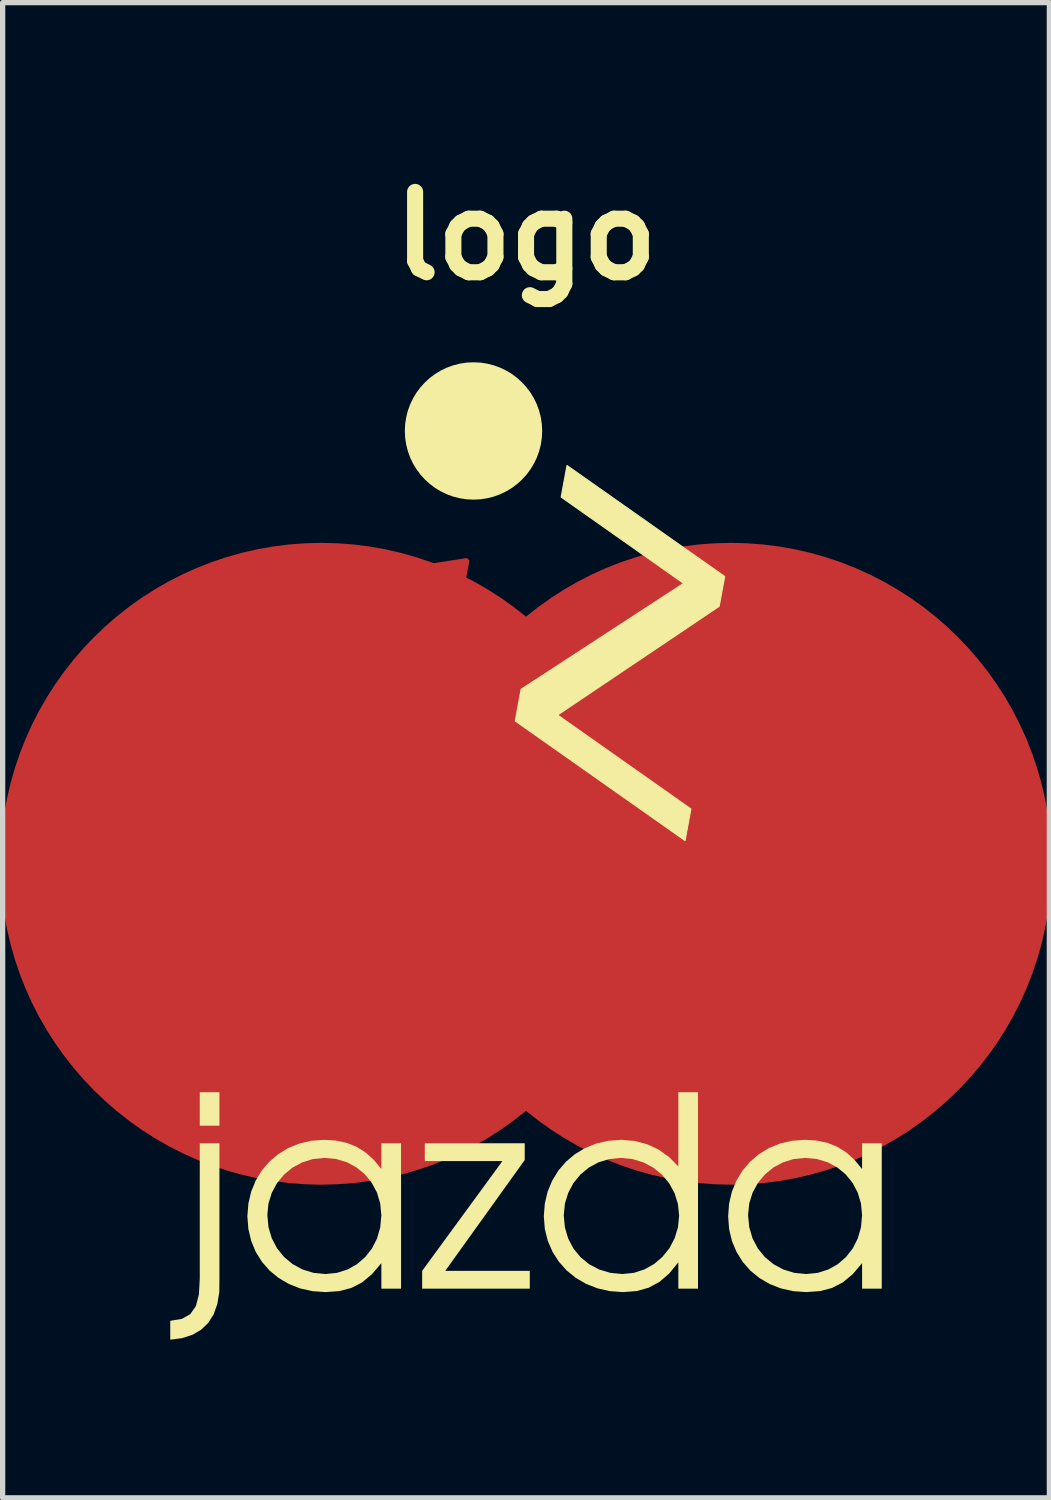
<source format=kicad_pcb>
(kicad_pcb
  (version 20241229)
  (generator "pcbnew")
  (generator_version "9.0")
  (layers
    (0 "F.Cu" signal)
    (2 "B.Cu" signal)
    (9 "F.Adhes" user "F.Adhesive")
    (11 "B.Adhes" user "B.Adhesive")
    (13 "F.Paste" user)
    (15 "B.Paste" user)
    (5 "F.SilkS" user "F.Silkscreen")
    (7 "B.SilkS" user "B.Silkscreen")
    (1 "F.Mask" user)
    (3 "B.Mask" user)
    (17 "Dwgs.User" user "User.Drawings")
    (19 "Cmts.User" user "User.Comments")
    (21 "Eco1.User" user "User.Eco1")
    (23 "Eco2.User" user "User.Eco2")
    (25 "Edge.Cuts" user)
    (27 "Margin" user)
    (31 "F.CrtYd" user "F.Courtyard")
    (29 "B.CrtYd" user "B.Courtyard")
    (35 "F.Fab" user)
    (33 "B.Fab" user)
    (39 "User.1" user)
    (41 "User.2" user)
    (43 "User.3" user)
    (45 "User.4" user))
  (footprint "logo"
    (layer "F.Cu")
    (at 6.93 13.42)
    (property "Reference" "logo" (at 0 -11.994 0) (layer "F.SilkS") (effects (font (size 1.524 1.524) (thickness 0.305))))
    (attr smd)
    (fp_circle (center -3.886 -0.083) (end -3.886 -0.083) (stroke (width 6.088) (type solid)) (fill no) (layer "F.Cu"))
    (fp_circle (center 3.884 -0.083) (end 3.884 -0.083) (stroke (width 6.088) (type solid)) (fill no) (layer "F.Cu"))
    (fp_poly (pts (xy -1.121 -5.884) (xy -2.404 -5.685) (xy -2.441 -5.487) (xy -2.147 -5.447) (xy -1.998 -5.4) (xy -1.942 -5.295) (xy -1.96 -5.09) (xy -2.505 -2.185) (xy -2.562 -1.901) (xy -2.627 -1.626) (xy -2.7 -1.366) (xy -2.783 -1.126) (xy -2.877 -0.913) (xy -2.984 -0.732) (xy -3.115 -0.578) (xy -3.276 -0.448) (xy -3.471 -0.338) (xy -3.707 -0.246) (xy -3.987 -0.168) (xy -4.007 0.022) (xy -3.839 0.014) (xy -3.633 -0.01) (xy -3.406 -0.049) (xy -3.136 -0.121) (xy -2.898 -0.216) (xy -2.689 -0.332) (xy -2.507 -0.47) (xy -2.35 -0.627) (xy -2.216 -0.804) (xy -2.102 -0.999) (xy -2.006 -1.213) (xy -1.925 -1.444) (xy -1.858 -1.691) (xy -1.803 -1.954) (xy -1.074 -5.836) (xy -1.121 -5.884)) (stroke (width 0) (type solid)) (fill yes) (layer "F.Cu"))
    (fp_poly (pts (xy -1.121 -5.884) (xy -2.404 -5.685) (xy -2.441 -5.487) (xy -2.147 -5.447) (xy -1.998 -5.4) (xy -1.942 -5.295) (xy -1.96 -5.09) (xy -2.505 -2.185) (xy -2.562 -1.901) (xy -2.627 -1.626) (xy -2.7 -1.366) (xy -2.783 -1.126) (xy -2.877 -0.913) (xy -2.984 -0.732) (xy -3.115 -0.578) (xy -3.276 -0.448) (xy -3.471 -0.338) (xy -3.707 -0.246) (xy -3.987 -0.168) (xy -4.007 0.022) (xy -3.839 0.014) (xy -3.633 -0.01) (xy -3.406 -0.049) (xy -3.136 -0.121) (xy -2.898 -0.216) (xy -2.689 -0.332) (xy -2.507 -0.47) (xy -2.35 -0.627) (xy -2.216 -0.804) (xy -2.102 -0.999) (xy -2.006 -1.213) (xy -1.925 -1.444) (xy -1.858 -1.691) (xy -1.803 -1.954) (xy -1.074 -5.836) (xy -1.121 -5.884)) (stroke (width 0) (type solid)) (fill yes) (layer "F.Mask"))
    (fp_poly (pts (xy -5.172 -2.842) (xy -5.39 -2.73) (xy -5.596 -2.601) (xy -5.789 -2.458) (xy -5.97 -2.301) (xy -6.137 -2.131) (xy -6.29 -1.949) (xy -6.428 -1.756) (xy -6.551 -1.553) (xy -6.658 -1.34) (xy -6.747 -1.119) (xy -6.82 -0.891) (xy -6.875 -0.657) (xy -6.911 -0.417) (xy -6.928 -0.172) (xy -6.925 0.073) (xy -6.903 0.315) (xy -6.862 0.552) (xy -6.803 0.784) (xy -6.726 1.01) (xy -6.632 1.228) (xy -6.521 1.438) (xy -6.395 1.639) (xy -6.253 1.83) (xy -6.096 2.009) (xy -5.924 2.177) (xy -5.739 2.331) (xy -5.541 2.471) (xy -5.33 2.596) (xy -5.11 2.703) (xy -4.884 2.792) (xy -4.654 2.862) (xy -4.42 2.913) (xy -4.184 2.946) (xy -3.946 2.96) (xy -3.709 2.955) (xy -3.473 2.932) (xy -3.239 2.891) (xy -3.008 2.831) (xy -2.782 2.753) (xy -2.561 2.657) (xy -2.347 2.542) (xy -2.141 2.41) (xy -2.291 2.193) (xy -2.494 2.323) (xy -2.706 2.433) (xy -2.924 2.524) (xy -3.148 2.596) (xy -3.376 2.649) (xy -3.608 2.682) (xy -3.841 2.696) (xy -4.074 2.69) (xy -4.307 2.664) (xy -4.538 2.619) (xy -4.765 2.553) (xy -4.988 2.468) (xy -5.205 2.363) (xy -5.412 2.24) (xy -5.606 2.1) (xy -5.785 1.946) (xy -5.95 1.778) (xy -6.099 1.598) (xy -6.233 1.406) (xy -6.349 1.204) (xy -6.449 0.993) (xy -6.53 0.773) (xy -6.593 0.547) (xy -6.637 0.314) (xy -6.661 0.077) (xy -6.664 -0.164) (xy -6.647 -0.405) (xy -6.609 -0.64) (xy -6.552 -0.87) (xy -6.476 -1.092) (xy -6.382 -1.306) (xy -6.27 -1.512) (xy -6.142 -1.707) (xy -5.998 -1.89) (xy -5.838 -2.061) (xy -5.664 -2.219) (xy -5.476 -2.363) (xy -5.274 -2.491) (xy -5.061 -2.602) (xy -5.172 -2.842)) (stroke (width 0) (type solid)) (fill yes) (layer "F.Mask"))
    (fp_poly (pts (xy 5.17 -2.842) (xy 5.388 -2.73) (xy 5.594 -2.601) (xy 5.788 -2.458) (xy 5.969 -2.301) (xy 6.136 -2.131) (xy 6.289 -1.949) (xy 6.427 -1.756) (xy 6.55 -1.553) (xy 6.657 -1.34) (xy 6.747 -1.119) (xy 6.82 -0.891) (xy 6.875 -0.657) (xy 6.911 -0.417) (xy 6.928 -0.172) (xy 6.925 0.073) (xy 6.903 0.315) (xy 6.862 0.552) (xy 6.802 0.784) (xy 6.725 1.01) (xy 6.631 1.228) (xy 6.52 1.438) (xy 6.393 1.639) (xy 6.251 1.83) (xy 6.094 2.009) (xy 5.923 2.177) (xy 5.737 2.331) (xy 5.539 2.471) (xy 5.328 2.596) (xy 5.108 2.703) (xy 4.882 2.792) (xy 4.652 2.862) (xy 4.418 2.913) (xy 4.182 2.946) (xy 3.944 2.96) (xy 3.707 2.955) (xy 3.471 2.932) (xy 3.237 2.891) (xy 3.006 2.831) (xy 2.78 2.753) (xy 2.559 2.657) (xy 2.345 2.542) (xy 2.139 2.41) (xy 2.289 2.193) (xy 2.492 2.323) (xy 2.704 2.433) (xy 2.922 2.524) (xy 3.146 2.596) (xy 3.374 2.649) (xy 3.606 2.682) (xy 3.839 2.696) (xy 4.072 2.69) (xy 4.305 2.664) (xy 4.536 2.619) (xy 4.763 2.553) (xy 4.986 2.468) (xy 5.203 2.363) (xy 5.41 2.24) (xy 5.604 2.1) (xy 5.783 1.946) (xy 5.948 1.778) (xy 6.097 1.598) (xy 6.231 1.406) (xy 6.347 1.204) (xy 6.447 0.993) (xy 6.528 0.773) (xy 6.591 0.547) (xy 6.635 0.314) (xy 6.659 0.077) (xy 6.662 -0.164) (xy 6.645 -0.405) (xy 6.607 -0.64) (xy 6.55 -0.87) (xy 6.474 -1.092) (xy 6.38 -1.306) (xy 6.268 -1.512) (xy 6.14 -1.707) (xy 5.996 -1.89) (xy 5.836 -2.061) (xy 5.662 -2.219) (xy 5.474 -2.363) (xy 5.272 -2.491) (xy 5.059 -2.602) (xy 5.17 -2.842)) (stroke (width 0) (type solid)) (fill yes) (layer "F.Mask"))
    (fp_circle (center -0.997 -8.294) (end -0.997 -8.294) (stroke (width 1.303) (type solid)) (fill no) (layer "F.SilkS"))
    (fp_poly (pts (xy -1.971 7.978) (xy 0.071 7.978) (xy 0.071 7.64) (xy -1.533 7.64) (xy -0.025 5.537) (xy -0.025 5.219) (xy -1.921 5.219) (xy -1.921 5.557) (xy -0.448 5.557) (xy -1.971 7.64) (xy -1.971 7.978)) (stroke (width 0) (type solid)) (fill yes) (layer "F.SilkS"))
    (fp_poly (pts (xy -0.205 -2.792) (xy 3.017 -0.523) (xy 3.127 -1.123) (xy 0.598 -2.905) (xy 3.664 -4.968) (xy 3.768 -5.533) (xy 0.777 -7.639) (xy 0.666 -7.039) (xy 2.989 -5.403) (xy -0.094 -3.393) (xy -0.205 -2.792)) (stroke (width 0.021) (type solid)) (fill yes) (layer "F.SilkS"))
    (fp_poly (pts (xy -5.817 5.219) (xy -6.19 4.886) (xy -5.817 4.886) (xy -5.817 4.251) (xy -6.19 4.251) (xy -6.19 4.886) (xy -5.817 5.219) (xy -6.19 5.219) (xy -6.19 7.786) (xy -6.206 8.086) (xy -6.264 8.309) (xy -6.37 8.461) (xy -6.53 8.551) (xy -6.75 8.588) (xy -6.75 8.946) (xy -6.523 8.916) (xy -6.327 8.852) (xy -6.162 8.755) (xy -6.028 8.625) (xy -5.926 8.463) (xy -5.857 8.269) (xy -5.82 8.043) (xy -5.817 7.786) (xy -5.817 5.219)) (stroke (width 0) (type solid)) (fill yes) (layer "F.SilkS"))
    (fp_poly (pts (xy 3.262 4.251) (xy 2.817 6.165) (xy 2.881 6.37) (xy 2.904 6.591) (xy 2.882 6.814) (xy 2.819 7.022) (xy 2.72 7.21) (xy 2.588 7.374) (xy 2.429 7.51) (xy 2.246 7.613) (xy 2.045 7.678) (xy 1.83 7.7) (xy 1.599 7.678) (xy 1.388 7.615) (xy 1.198 7.515) (xy 1.034 7.381) (xy 0.9 7.218) (xy 0.8 7.028) (xy 0.737 6.816) (xy 0.715 6.586) (xy 0.737 6.365) (xy 0.8 6.16) (xy 0.899 5.975) (xy 1.03 5.814) (xy 1.189 5.682) (xy 1.373 5.582) (xy 1.576 5.519) (xy 1.794 5.497) (xy 2.019 5.519) (xy 2.227 5.582) (xy 2.416 5.683) (xy 2.58 5.817) (xy 2.715 5.979) (xy 2.817 6.165) (xy 3.262 4.251) (xy 2.889 4.251) (xy 2.889 5.658) (xy 2.713 5.48) (xy 2.514 5.339) (xy 2.295 5.237) (xy 2.058 5.175) (xy 1.805 5.154) (xy 1.56 5.172) (xy 1.33 5.225) (xy 1.118 5.311) (xy 0.926 5.427) (xy 0.757 5.57) (xy 0.613 5.737) (xy 0.496 5.928) (xy 0.409 6.137) (xy 0.356 6.364) (xy 0.337 6.606) (xy 0.356 6.845) (xy 0.412 7.069) (xy 0.501 7.277) (xy 0.621 7.465) (xy 0.769 7.631) (xy 0.943 7.773) (xy 1.139 7.887) (xy 1.356 7.972) (xy 1.591 8.025) (xy 1.84 8.043) (xy 2.1 8.023) (xy 2.328 7.959) (xy 2.531 7.849) (xy 2.716 7.69) (xy 2.889 7.478) (xy 2.889 7.978) (xy 3.262 7.978) (xy 3.262 4.251)) (stroke (width 0) (type solid)) (fill yes) (layer "F.SilkS"))
    (fp_poly (pts (xy -2.372 5.219) (xy -2.926 5.971) (xy -2.828 6.156) (xy -2.767 6.362) (xy -2.745 6.586) (xy -2.766 6.815) (xy -2.827 7.026) (xy -2.923 7.215) (xy -3.052 7.379) (xy -3.208 7.514) (xy -3.388 7.615) (xy -3.588 7.678) (xy -3.804 7.7) (xy -4.031 7.678) (xy -4.24 7.614) (xy -4.428 7.512) (xy -4.591 7.377) (xy -4.724 7.212) (xy -4.824 7.022) (xy -4.887 6.81) (xy -4.908 6.581) (xy -4.887 6.362) (xy -4.823 6.158) (xy -4.724 5.974) (xy -4.591 5.814) (xy -4.431 5.681) (xy -4.247 5.582) (xy -4.043 5.519) (xy -3.824 5.497) (xy -3.603 5.518) (xy -3.398 5.58) (xy -3.215 5.679) (xy -3.056 5.81) (xy -2.926 5.971) (xy -2.372 5.219) (xy -2.745 5.219) (xy -2.745 5.708) (xy -2.889 5.534) (xy -3.044 5.394) (xy -3.214 5.287) (xy -3.401 5.212) (xy -3.607 5.168) (xy -3.834 5.154) (xy -4.076 5.172) (xy -4.303 5.225) (xy -4.513 5.311) (xy -4.703 5.427) (xy -4.871 5.57) (xy -5.014 5.737) (xy -5.129 5.928) (xy -5.215 6.137) (xy -5.268 6.364) (xy -5.287 6.606) (xy -5.268 6.847) (xy -5.214 7.073) (xy -5.128 7.281) (xy -5.01 7.469) (xy -4.865 7.635) (xy -4.694 7.775) (xy -4.5 7.889) (xy -4.286 7.973) (xy -4.053 8.025) (xy -3.804 8.043) (xy -3.542 8.024) (xy -3.314 7.964) (xy -3.111 7.859) (xy -2.925 7.704) (xy -2.745 7.494) (xy -2.745 7.978) (xy -2.372 7.978) (xy -2.372 5.219)) (stroke (width 0) (type solid)) (fill yes) (layer "F.SilkS"))
    (fp_poly (pts (xy 6.748 5.219) (xy 6.195 5.971) (xy 6.292 6.156) (xy 6.354 6.362) (xy 6.375 6.586) (xy 6.354 6.815) (xy 6.293 7.026) (xy 6.197 7.215) (xy 6.069 7.379) (xy 5.913 7.514) (xy 5.733 7.615) (xy 5.532 7.678) (xy 5.316 7.7) (xy 5.089 7.678) (xy 4.88 7.614) (xy 4.692 7.512) (xy 4.529 7.377) (xy 4.396 7.212) (xy 4.296 7.022) (xy 4.234 6.81) (xy 4.212 6.581) (xy 4.234 6.362) (xy 4.297 6.158) (xy 4.397 5.974) (xy 4.529 5.814) (xy 4.689 5.681) (xy 4.873 5.582) (xy 5.077 5.519) (xy 5.296 5.497) (xy 5.517 5.518) (xy 5.722 5.58) (xy 5.906 5.679) (xy 6.064 5.81) (xy 6.195 5.971) (xy 6.748 5.219) (xy 6.375 5.219) (xy 6.375 5.708) (xy 6.231 5.534) (xy 6.076 5.394) (xy 5.906 5.287) (xy 5.72 5.212) (xy 5.514 5.168) (xy 5.286 5.154) (xy 5.044 5.172) (xy 4.817 5.225) (xy 4.607 5.311) (xy 4.417 5.427) (xy 4.25 5.57) (xy 4.107 5.737) (xy 3.991 5.928) (xy 3.905 6.137) (xy 3.852 6.364) (xy 3.834 6.606) (xy 3.852 6.847) (xy 3.906 7.073) (xy 3.993 7.281) (xy 4.11 7.469) (xy 4.255 7.635) (xy 4.426 7.775) (xy 4.62 7.889) (xy 4.835 7.973) (xy 5.067 8.025) (xy 5.316 8.043) (xy 5.578 8.024) (xy 5.806 7.964) (xy 6.009 7.859) (xy 6.196 7.704) (xy 6.375 7.494) (xy 6.375 7.978) (xy 6.748 7.978) (xy 6.748 5.219)) (stroke (width 0) (type solid)) (fill yes) (layer "F.SilkS")))
  (gr_rect
    (start -3 -3)
    (end 16.858 25.366)
    (stroke (width 0.1) (type default))
    (fill no)
    (layer "Edge.Cuts")))
</source>
